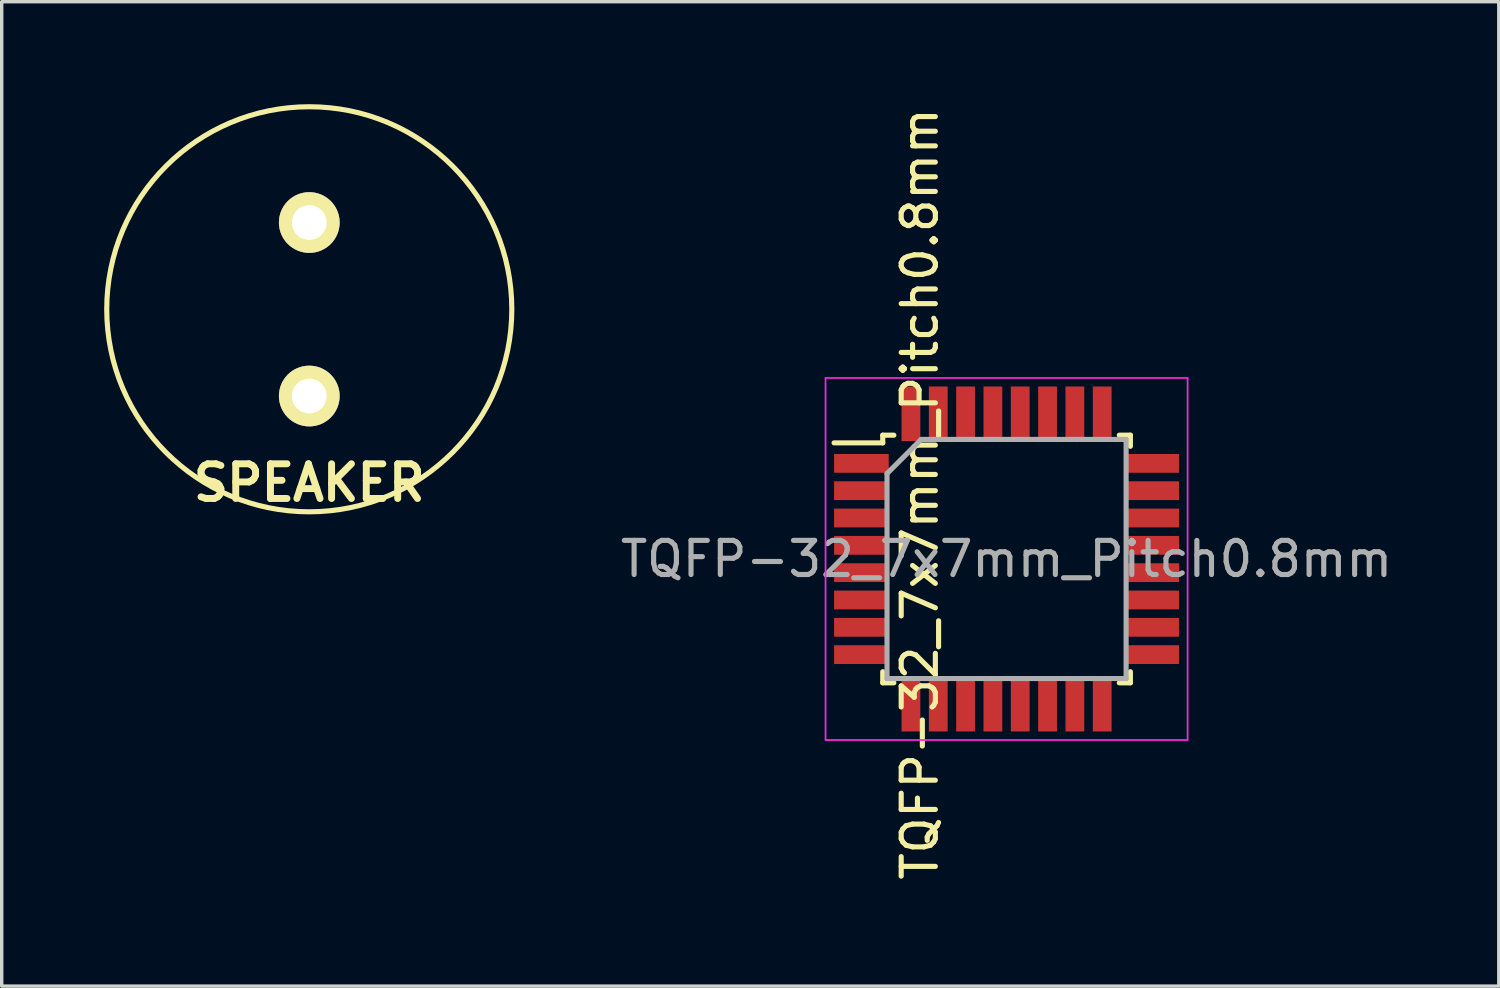
<source format=kicad_pcb>
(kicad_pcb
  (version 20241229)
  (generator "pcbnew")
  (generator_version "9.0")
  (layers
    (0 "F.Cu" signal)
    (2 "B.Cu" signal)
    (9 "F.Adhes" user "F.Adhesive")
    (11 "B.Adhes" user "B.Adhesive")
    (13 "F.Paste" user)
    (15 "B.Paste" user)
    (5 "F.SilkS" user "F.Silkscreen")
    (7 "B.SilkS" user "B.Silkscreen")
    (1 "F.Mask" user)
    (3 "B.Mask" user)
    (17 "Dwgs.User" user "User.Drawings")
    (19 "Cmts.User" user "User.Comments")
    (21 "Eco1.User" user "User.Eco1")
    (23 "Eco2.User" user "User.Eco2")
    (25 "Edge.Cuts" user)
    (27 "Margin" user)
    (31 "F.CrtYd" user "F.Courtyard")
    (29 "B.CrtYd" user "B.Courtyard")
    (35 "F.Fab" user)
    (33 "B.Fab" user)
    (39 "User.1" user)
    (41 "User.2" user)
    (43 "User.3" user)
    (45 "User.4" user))
  (footprint "TQFP-32_7x7mm_Pitch0.8mm"
    (layer "F.Cu")
    (at 26.42 13.316)
    (property "Reference" "TQFP-32_7x7mm_Pitch0.8mm" (at -2.54 -1.905 90) (layer "F.SilkS") (effects (font (size 1 1) (thickness 0.15))))
    (attr smd)
    (fp_line (start -3.625 -3.625) (end -3.625 -3.4) (stroke (width 0.15) (type solid)) (layer "F.SilkS"))
    (fp_line (start -3.625 -3.625) (end -3.3 -3.625) (stroke (width 0.15) (type solid)) (layer "F.SilkS"))
    (fp_line (start -3.625 -3.4) (end -5.05 -3.4) (stroke (width 0.15) (type solid)) (layer "F.SilkS"))
    (fp_line (start -3.625 3.625) (end -3.625 3.3) (stroke (width 0.15) (type solid)) (layer "F.SilkS"))
    (fp_line (start -3.625 3.625) (end -3.3 3.625) (stroke (width 0.15) (type solid)) (layer "F.SilkS"))
    (fp_line (start 3.625 -3.625) (end 3.3 -3.625) (stroke (width 0.15) (type solid)) (layer "F.SilkS"))
    (fp_line (start 3.625 -3.625) (end 3.625 -3.3) (stroke (width 0.15) (type solid)) (layer "F.SilkS"))
    (fp_line (start 3.625 3.625) (end 3.3 3.625) (stroke (width 0.15) (type solid)) (layer "F.SilkS"))
    (fp_line (start 3.625 3.625) (end 3.625 3.3) (stroke (width 0.15) (type solid)) (layer "F.SilkS"))
    (fp_line (start -5.3 -5.3) (end -5.3 5.3) (stroke (width 0.05) (type solid)) (layer "F.CrtYd"))
    (fp_line (start -5.3 -5.3) (end 5.3 -5.3) (stroke (width 0.05) (type solid)) (layer "F.CrtYd"))
    (fp_line (start -5.3 5.3) (end 5.3 5.3) (stroke (width 0.05) (type solid)) (layer "F.CrtYd"))
    (fp_line (start 5.3 -5.3) (end 5.3 5.3) (stroke (width 0.05) (type solid)) (layer "F.CrtYd"))
    (fp_line (start -3.5 -2.5) (end -2.5 -3.5) (stroke (width 0.15) (type solid)) (layer "F.Fab"))
    (fp_line (start -3.5 3.5) (end -3.5 -2.5) (stroke (width 0.15) (type solid)) (layer "F.Fab"))
    (fp_line (start -2.5 -3.5) (end 3.5 -3.5) (stroke (width 0.15) (type solid)) (layer "F.Fab"))
    (fp_line (start 3.5 -3.5) (end 3.5 3.5) (stroke (width 0.15) (type solid)) (layer "F.Fab"))
    (fp_line (start 3.5 3.5) (end -3.5 3.5) (stroke (width 0.15) (type solid)) (layer "F.Fab"))
    (fp_text user "${REFERENCE}" (at 0 0 0) (layer "F.Fab") (effects (font (size 1 1) (thickness 0.15))))
    (pad "1" smd rect (at -4.25 -2.8) (size 1.6 0.55) (layers "F.Cu" "F.Mask" "F.Paste"))
    (pad "2" smd rect (at -4.25 -2) (size 1.6 0.55) (layers "F.Cu" "F.Mask" "F.Paste"))
    (pad "3" smd rect (at -4.25 -1.2) (size 1.6 0.55) (layers "F.Cu" "F.Mask" "F.Paste"))
    (pad "4" smd rect (at -4.25 -0.4) (size 1.6 0.55) (layers "F.Cu" "F.Mask" "F.Paste"))
    (pad "5" smd rect (at -4.25 0.4) (size 1.6 0.55) (layers "F.Cu" "F.Mask" "F.Paste"))
    (pad "6" smd rect (at -4.25 1.2) (size 1.6 0.55) (layers "F.Cu" "F.Mask" "F.Paste"))
    (pad "7" smd rect (at -4.25 2) (size 1.6 0.55) (layers "F.Cu" "F.Mask" "F.Paste"))
    (pad "8" smd rect (at -4.25 2.8) (size 1.6 0.55) (layers "F.Cu" "F.Mask" "F.Paste"))
    (pad "9" smd rect (at -2.8 4.25 90) (size 1.6 0.55) (layers "F.Cu" "F.Mask" "F.Paste"))
    (pad "10" smd rect (at -2 4.25 90) (size 1.6 0.55) (layers "F.Cu" "F.Mask" "F.Paste"))
    (pad "11" smd rect (at -1.2 4.25 90) (size 1.6 0.55) (layers "F.Cu" "F.Mask" "F.Paste"))
    (pad "12" smd rect (at -0.4 4.25 90) (size 1.6 0.55) (layers "F.Cu" "F.Mask" "F.Paste"))
    (pad "13" smd rect (at 0.4 4.25 90) (size 1.6 0.55) (layers "F.Cu" "F.Mask" "F.Paste"))
    (pad "14" smd rect (at 1.2 4.25 90) (size 1.6 0.55) (layers "F.Cu" "F.Mask" "F.Paste"))
    (pad "15" smd rect (at 2 4.25 90) (size 1.6 0.55) (layers "F.Cu" "F.Mask" "F.Paste"))
    (pad "16" smd rect (at 2.8 4.25 90) (size 1.6 0.55) (layers "F.Cu" "F.Mask" "F.Paste"))
    (pad "17" smd rect (at 4.25 2.8) (size 1.6 0.55) (layers "F.Cu" "F.Mask" "F.Paste"))
    (pad "18" smd rect (at 4.25 2) (size 1.6 0.55) (layers "F.Cu" "F.Mask" "F.Paste"))
    (pad "19" smd rect (at 4.25 1.2) (size 1.6 0.55) (layers "F.Cu" "F.Mask" "F.Paste"))
    (pad "20" smd rect (at 4.25 0.4) (size 1.6 0.55) (layers "F.Cu" "F.Mask" "F.Paste"))
    (pad "21" smd rect (at 4.25 -0.4) (size 1.6 0.55) (layers "F.Cu" "F.Mask" "F.Paste"))
    (pad "22" smd rect (at 4.25 -1.2) (size 1.6 0.55) (layers "F.Cu" "F.Mask" "F.Paste"))
    (pad "23" smd rect (at 4.25 -2) (size 1.6 0.55) (layers "F.Cu" "F.Mask" "F.Paste"))
    (pad "24" smd rect (at 4.25 -2.8) (size 1.6 0.55) (layers "F.Cu" "F.Mask" "F.Paste"))
    (pad "25" smd rect (at 2.8 -4.25 90) (size 1.6 0.55) (layers "F.Cu" "F.Mask" "F.Paste"))
    (pad "26" smd rect (at 2 -4.25 90) (size 1.6 0.55) (layers "F.Cu" "F.Mask" "F.Paste"))
    (pad "27" smd rect (at 1.2 -4.25 90) (size 1.6 0.55) (layers "F.Cu" "F.Mask" "F.Paste"))
    (pad "28" smd rect (at 0.4 -4.25 90) (size 1.6 0.55) (layers "F.Cu" "F.Mask" "F.Paste"))
    (pad "29" smd rect (at -0.4 -4.25 90) (size 1.6 0.55) (layers "F.Cu" "F.Mask" "F.Paste"))
    (pad "30" smd rect (at -1.2 -4.25 90) (size 1.6 0.55) (layers "F.Cu" "F.Mask" "F.Paste"))
    (pad "31" smd rect (at -2 -4.25 90) (size 1.6 0.55) (layers "F.Cu" "F.Mask" "F.Paste"))
    (pad "32" smd rect (at -2.8 -4.25 90) (size 1.6 0.55) (layers "F.Cu" "F.Mask" "F.Paste")))
  (footprint "SPEAKER"
    (layer "F.Cu")
    (at 6.005 6.005)
    (property "Reference" "SPEAKER" (at 0 5.08 0) (layer "F.SilkS") (effects (font (size 1.016 1.016) (thickness 0.203))))
    (attr through_hole)
    (fp_circle (center 0 0) (end -5.842 -1.016) (stroke (width 0.15) (type solid)) (fill no) (layer "F.SilkS"))
    (pad "1" thru_hole circle (at 0 -2.54) (size 1.778 1.778) (drill 1.016) (layers "*.Cu" "*.Mask" "F.SilkS"))
    (pad "2" thru_hole circle (at 0 2.54) (size 1.778 1.778) (drill 1.016) (layers "*.Cu" "*.Mask" "F.SilkS")))
  (gr_rect
    (start -3 -3)
    (end 40.831 25.821)
    (stroke (width 0.1) (type default))
    (fill no)
    (layer "Edge.Cuts")))
</source>
